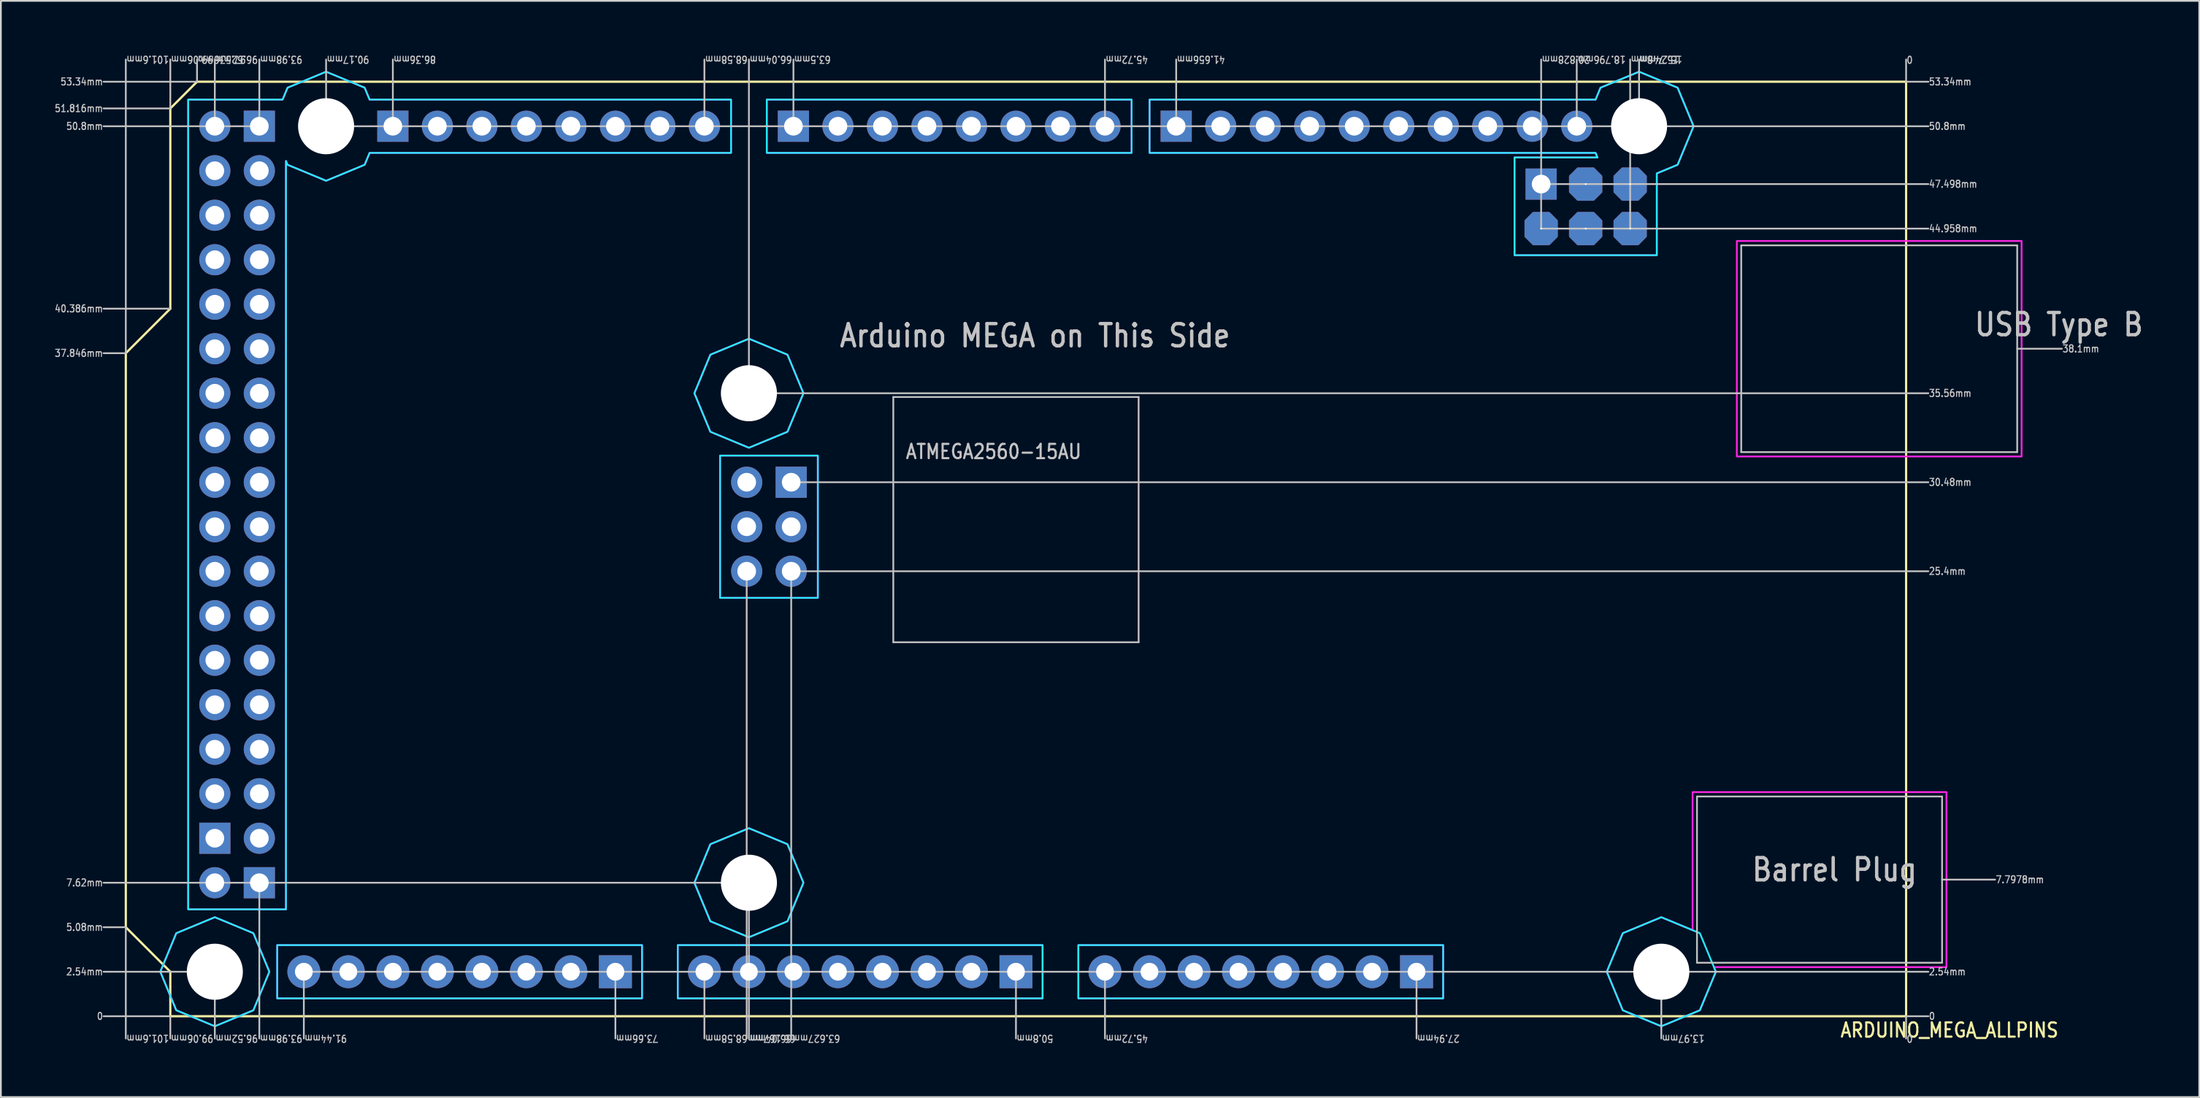
<source format=kicad_pcb>
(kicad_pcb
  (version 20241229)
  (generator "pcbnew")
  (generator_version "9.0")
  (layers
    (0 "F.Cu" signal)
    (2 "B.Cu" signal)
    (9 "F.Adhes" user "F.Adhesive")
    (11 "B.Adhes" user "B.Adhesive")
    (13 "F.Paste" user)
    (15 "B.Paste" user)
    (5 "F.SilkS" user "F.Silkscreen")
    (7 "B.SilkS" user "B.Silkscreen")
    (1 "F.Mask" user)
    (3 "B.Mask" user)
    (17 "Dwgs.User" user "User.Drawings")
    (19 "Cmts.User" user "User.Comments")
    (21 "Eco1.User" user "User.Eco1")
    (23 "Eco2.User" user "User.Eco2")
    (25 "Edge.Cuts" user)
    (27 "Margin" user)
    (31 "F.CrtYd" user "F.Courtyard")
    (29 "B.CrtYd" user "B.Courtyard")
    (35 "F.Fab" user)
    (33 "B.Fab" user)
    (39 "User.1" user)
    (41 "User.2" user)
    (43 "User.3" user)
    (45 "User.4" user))
  (footprint "ARDUINO_MEGA_ALLPINS"
    (layer "F.Cu")
    (at 105.73 54.955)
    (property "Reference" "ARDUINO_MEGA_ALLPINS" (at -3.81 1.27 0) (unlocked yes) (layer "F.SilkS") (effects (font (size 0.813 0.695) (thickness 0.122)) (justify left bottom)))
    (fp_circle (center -96.52 -2.54) (end -93.67 -2.54) (stroke (width 0) (type solid)) (fill yes) (layer "F.Mask"))
    (fp_circle (center -96.52 -2.54) (end -93.67 -2.54) (stroke (width 0) (type solid)) (fill yes) (layer "F.Mask"))
    (fp_circle (center -90.17 -50.8) (end -87.32 -50.8) (stroke (width 0) (type solid)) (fill yes) (layer "F.Mask"))
    (fp_circle (center -90.17 -50.8) (end -87.32 -50.8) (stroke (width 0) (type solid)) (fill yes) (layer "F.Mask"))
    (fp_circle (center -66.04 -35.56) (end -63.19 -35.56) (stroke (width 0) (type solid)) (fill yes) (layer "F.Mask"))
    (fp_circle (center -66.04 -35.56) (end -63.19 -35.56) (stroke (width 0) (type solid)) (fill yes) (layer "F.Mask"))
    (fp_circle (center -66.04 -7.62) (end -63.19 -7.62) (stroke (width 0) (type solid)) (fill yes) (layer "F.Mask"))
    (fp_circle (center -66.04 -7.62) (end -63.19 -7.62) (stroke (width 0) (type solid)) (fill yes) (layer "F.Mask"))
    (fp_circle (center -15.24 -50.8) (end -12.39 -50.8) (stroke (width 0) (type solid)) (fill yes) (layer "F.Mask"))
    (fp_circle (center -15.24 -50.8) (end -12.39 -50.8) (stroke (width 0) (type solid)) (fill yes) (layer "F.Mask"))
    (fp_circle (center -13.97 -2.54) (end -11.12 -2.54) (stroke (width 0) (type solid)) (fill yes) (layer "F.Mask"))
    (fp_circle (center -13.97 -2.54) (end -11.12 -2.54) (stroke (width 0) (type solid)) (fill yes) (layer "F.Mask"))
    (fp_circle (center -96.52 -2.54) (end -93.67 -2.54) (stroke (width 0) (type solid)) (fill yes) (layer "B.Mask"))
    (fp_circle (center -90.17 -50.8) (end -87.32 -50.8) (stroke (width 0) (type solid)) (fill yes) (layer "B.Mask"))
    (fp_circle (center -66.04 -35.56) (end -63.19 -35.56) (stroke (width 0) (type solid)) (fill yes) (layer "B.Mask"))
    (fp_circle (center -66.04 -7.62) (end -63.19 -7.62) (stroke (width 0) (type solid)) (fill yes) (layer "B.Mask"))
    (fp_circle (center -15.24 -50.8) (end -12.39 -50.8) (stroke (width 0) (type solid)) (fill yes) (layer "B.Mask"))
    (fp_circle (center -13.97 -2.54) (end -11.12 -2.54) (stroke (width 0) (type solid)) (fill yes) (layer "B.Mask"))
    (fp_line (start -101.6 -37.846) (end -101.6 -5.08) (stroke (width 0.127) (type solid)) (layer "F.SilkS"))
    (fp_line (start -101.6 -5.08) (end -99.06 -2.54) (stroke (width 0.127) (type solid)) (layer "F.SilkS"))
    (fp_line (start -99.06 -51.816) (end -99.06 -40.386) (stroke (width 0.127) (type solid)) (layer "F.SilkS"))
    (fp_line (start -99.06 -40.386) (end -101.6 -37.846) (stroke (width 0.127) (type solid)) (layer "F.SilkS"))
    (fp_line (start -99.06 -2.54) (end -99.06 0) (stroke (width 0.127) (type solid)) (layer "F.SilkS"))
    (fp_line (start -99.06 0) (end 0 0) (stroke (width 0.127) (type solid)) (layer "F.SilkS"))
    (fp_line (start -97.536 -53.34) (end -99.06 -51.816) (stroke (width 0.127) (type solid)) (layer "F.SilkS"))
    (fp_line (start 0 -53.34) (end -97.536 -53.34) (stroke (width 0.127) (type solid)) (layer "F.SilkS"))
    (fp_line (start 0 0) (end 0 -53.34) (stroke (width 0.127) (type solid)) (layer "F.SilkS"))
    (fp_line (start -101.6 -37.846) (end -102.87 -37.846) (stroke (width 0.1) (type solid)) (layer "Dwgs.User"))
    (fp_line (start -101.6 -37.846) (end -101.6 -54.61) (stroke (width 0.1) (type solid)) (layer "Dwgs.User"))
    (fp_line (start -101.6 -5.08) (end -102.87 -5.08) (stroke (width 0.1) (type solid)) (layer "Dwgs.User"))
    (fp_line (start -101.6 -5.08) (end -101.6 1.27) (stroke (width 0.1) (type solid)) (layer "Dwgs.User"))
    (fp_line (start -99.06 -51.816) (end -102.87 -51.816) (stroke (width 0.1) (type solid)) (layer "Dwgs.User"))
    (fp_line (start -99.06 -51.816) (end -99.06 -54.61) (stroke (width 0.1) (type solid)) (layer "Dwgs.User"))
    (fp_line (start -99.06 -40.386) (end -102.87 -40.386) (stroke (width 0.1) (type solid)) (layer "Dwgs.User"))
    (fp_line (start -99.06 0) (end -102.87 0) (stroke (width 0.1) (type solid)) (layer "Dwgs.User"))
    (fp_line (start -99.06 0) (end -99.06 1.27) (stroke (width 0.1) (type solid)) (layer "Dwgs.User"))
    (fp_line (start -97.536 -53.34) (end -102.87 -53.34) (stroke (width 0.1) (type solid)) (layer "Dwgs.User"))
    (fp_line (start -97.536 -53.34) (end -97.536 -54.61) (stroke (width 0.1) (type solid)) (layer "Dwgs.User"))
    (fp_line (start -96.52 -50.8) (end -102.87 -50.8) (stroke (width 0.1) (type solid)) (layer "Dwgs.User"))
    (fp_line (start -96.52 -50.8) (end -96.52 -54.61) (stroke (width 0.1) (type solid)) (layer "Dwgs.User"))
    (fp_line (start -96.52 -2.54) (end -102.87 -2.54) (stroke (width 0.1) (type solid)) (layer "Dwgs.User"))
    (fp_line (start -96.52 -2.54) (end -96.52 1.27) (stroke (width 0.1) (type solid)) (layer "Dwgs.User"))
    (fp_line (start -93.98 -50.8) (end -96.52 -50.8) (stroke (width 0.1) (type solid)) (layer "Dwgs.User"))
    (fp_line (start -93.98 -50.8) (end -93.98 -54.61) (stroke (width 0.1) (type solid)) (layer "Dwgs.User"))
    (fp_line (start -93.98 -7.62) (end -93.98 1.27) (stroke (width 0.1) (type solid)) (layer "Dwgs.User"))
    (fp_line (start -91.44 -2.54) (end -91.44 1.27) (stroke (width 0.1) (type solid)) (layer "Dwgs.User"))
    (fp_line (start -91.44 -2.54) (end -13.97 -2.54) (stroke (width 0.1) (type solid)) (layer "Dwgs.User"))
    (fp_line (start -90.17 -50.8) (end -90.17 -54.61) (stroke (width 0.1) (type solid)) (layer "Dwgs.User"))
    (fp_line (start -90.17 -50.8) (end -86.36 -50.8) (stroke (width 0.1) (type solid)) (layer "Dwgs.User"))
    (fp_line (start -86.36 -50.8) (end -86.36 -54.61) (stroke (width 0.1) (type solid)) (layer "Dwgs.User"))
    (fp_line (start -86.36 -50.8) (end -68.58 -50.8) (stroke (width 0.1) (type solid)) (layer "Dwgs.User"))
    (fp_line (start -73.66 -2.54) (end -73.66 1.27) (stroke (width 0.1) (type solid)) (layer "Dwgs.User"))
    (fp_line (start -68.58 -50.8) (end -68.58 -54.61) (stroke (width 0.1) (type solid)) (layer "Dwgs.User"))
    (fp_line (start -68.58 -50.8) (end -63.5 -50.8) (stroke (width 0.1) (type solid)) (layer "Dwgs.User"))
    (fp_line (start -68.58 -2.54) (end -68.58 1.27) (stroke (width 0.1) (type solid)) (layer "Dwgs.User"))
    (fp_line (start -66.167 -25.4) (end -66.167 1.27) (stroke (width 0.1) (type solid)) (layer "Dwgs.User"))
    (fp_line (start -66.04 -35.56) (end -66.04 -54.61) (stroke (width 0.1) (type solid)) (layer "Dwgs.User"))
    (fp_line (start -66.04 -35.56) (end 1.27 -35.56) (stroke (width 0.1) (type solid)) (layer "Dwgs.User"))
    (fp_line (start -66.04 -7.62) (end -102.87 -7.62) (stroke (width 0.1) (type solid)) (layer "Dwgs.User"))
    (fp_line (start -66.04 -7.62) (end -66.04 1.27) (stroke (width 0.1) (type solid)) (layer "Dwgs.User"))
    (fp_line (start -63.627 -25.4) (end -63.627 1.27) (stroke (width 0.1) (type solid)) (layer "Dwgs.User"))
    (fp_line (start -63.627 -25.4) (end 1.27 -25.4) (stroke (width 0.1) (type solid)) (layer "Dwgs.User"))
    (fp_line (start -63.5 -50.8) (end -63.5 -54.61) (stroke (width 0.1) (type solid)) (layer "Dwgs.User"))
    (fp_line (start -63.5 -50.8) (end -45.72 -50.8) (stroke (width 0.1) (type solid)) (layer "Dwgs.User"))
    (fp_line (start -63.5 -30.48) (end 1.27 -30.48) (stroke (width 0.1) (type solid)) (layer "Dwgs.User"))
    (fp_line (start -57.8 -35.346) (end -57.8 -21.346) (stroke (width 0.1) (type solid)) (layer "Dwgs.User"))
    (fp_line (start -57.8 -21.346) (end -43.8 -21.346) (stroke (width 0.1) (type solid)) (layer "Dwgs.User"))
    (fp_line (start -50.8 -2.54) (end -50.8 1.27) (stroke (width 0.1) (type solid)) (layer "Dwgs.User"))
    (fp_line (start -45.72 -50.8) (end -45.72 -54.61) (stroke (width 0.1) (type solid)) (layer "Dwgs.User"))
    (fp_line (start -45.72 -50.8) (end -41.656 -50.8) (stroke (width 0.1) (type solid)) (layer "Dwgs.User"))
    (fp_line (start -45.72 -2.54) (end -45.72 1.27) (stroke (width 0.1) (type solid)) (layer "Dwgs.User"))
    (fp_line (start -43.8 -35.346) (end -57.8 -35.346) (stroke (width 0.1) (type solid)) (layer "Dwgs.User"))
    (fp_line (start -43.8 -21.346) (end -43.8 -35.346) (stroke (width 0.1) (type solid)) (layer "Dwgs.User"))
    (fp_line (start -41.656 -50.8) (end -41.656 -54.61) (stroke (width 0.1) (type solid)) (layer "Dwgs.User"))
    (fp_line (start -41.656 -50.8) (end -18.796 -50.8) (stroke (width 0.1) (type solid)) (layer "Dwgs.User"))
    (fp_line (start -27.94 -2.54) (end -27.94 1.27) (stroke (width 0.1) (type solid)) (layer "Dwgs.User"))
    (fp_line (start -20.828 -47.498) (end -20.828 -54.61) (stroke (width 0.1) (type solid)) (layer "Dwgs.User"))
    (fp_line (start -20.828 -47.498) (end 1.27 -47.498) (stroke (width 0.1) (type solid)) (layer "Dwgs.User"))
    (fp_line (start -20.828 -44.958) (end -20.828 -47.498) (stroke (width 0.1) (type solid)) (layer "Dwgs.User"))
    (fp_line (start -20.828 -44.958) (end 1.27 -44.958) (stroke (width 0.1) (type solid)) (layer "Dwgs.User"))
    (fp_line (start -18.796 -50.8) (end -18.796 -54.61) (stroke (width 0.1) (type solid)) (layer "Dwgs.User"))
    (fp_line (start -18.796 -50.8) (end -15.24 -50.8) (stroke (width 0.1) (type solid)) (layer "Dwgs.User"))
    (fp_line (start -15.748 -44.958) (end -15.748 -54.61) (stroke (width 0.1) (type solid)) (layer "Dwgs.User"))
    (fp_line (start -15.24 -50.8) (end -15.24 -54.61) (stroke (width 0.1) (type solid)) (layer "Dwgs.User"))
    (fp_line (start -15.24 -50.8) (end 1.27 -50.8) (stroke (width 0.1) (type solid)) (layer "Dwgs.User"))
    (fp_line (start -13.97 -2.54) (end -13.97 1.27) (stroke (width 0.1) (type solid)) (layer "Dwgs.User"))
    (fp_line (start -13.97 -2.54) (end 1.27 -2.54) (stroke (width 0.1) (type solid)) (layer "Dwgs.User"))
    (fp_line (start -11.934 -12.544) (end -11.934 -3.052) (stroke (width 0.1) (type solid)) (layer "Dwgs.User"))
    (fp_line (start -11.934 -3.052) (end 2.053 -3.052) (stroke (width 0.1) (type solid)) (layer "Dwgs.User"))
    (fp_line (start -9.41 -44) (end 6.34 -44) (stroke (width 0.1) (type solid)) (layer "Dwgs.User"))
    (fp_line (start -9.41 -32.2) (end -9.41 -44) (stroke (width 0.1) (type solid)) (layer "Dwgs.User"))
    (fp_line (start 0 -53.34) (end 0 -54.61) (stroke (width 0.1) (type solid)) (layer "Dwgs.User"))
    (fp_line (start 0 -53.34) (end 1.27 -53.34) (stroke (width 0.1) (type solid)) (layer "Dwgs.User"))
    (fp_line (start 0 0) (end 0 1.27) (stroke (width 0.1) (type solid)) (layer "Dwgs.User"))
    (fp_line (start 0 0) (end 1.27 0) (stroke (width 0.1) (type solid)) (layer "Dwgs.User"))
    (fp_line (start 2.053 -12.544) (end -11.934 -12.544) (stroke (width 0.1) (type solid)) (layer "Dwgs.User"))
    (fp_line (start 2.053 -3.052) (end 2.053 -12.544) (stroke (width 0.1) (type solid)) (layer "Dwgs.User"))
    (fp_line (start 5.08 -7.798) (end 2.053 -7.798) (stroke (width 0.1) (type solid)) (layer "Dwgs.User"))
    (fp_line (start 6.34 -44) (end 6.34 -32.2) (stroke (width 0.1) (type solid)) (layer "Dwgs.User"))
    (fp_line (start 6.34 -32.2) (end -9.41 -32.2) (stroke (width 0.1) (type solid)) (layer "Dwgs.User"))
    (fp_line (start 8.89 -38.1) (end 6.34 -38.1) (stroke (width 0.1) (type solid)) (layer "Dwgs.User"))
    (fp_poly (pts (xy -72.14 -4.06) (xy -92.96 -4.06) (xy -92.96 -1.02) (xy -72.14 -1.02)) (stroke (width 0.1) (type solid)) (fill no) (layer "B.CrtYd"))
    (fp_poly (pts (xy -62.107 -32) (xy -67.687 -32) (xy -67.687 -23.88) (xy -62.107 -23.88)) (stroke (width 0.1) (type solid)) (fill no) (layer "B.CrtYd"))
    (fp_poly (pts (xy -49.28 -4.06) (xy -70.1 -4.06) (xy -70.1 -1.02) (xy -49.28 -1.02)) (stroke (width 0.1) (type solid)) (fill no) (layer "B.CrtYd"))
    (fp_poly (pts (xy -44.2 -52.32) (xy -65.02 -52.32) (xy -65.02 -49.28) (xy -44.2 -49.28)) (stroke (width 0.1) (type solid)) (fill no) (layer "B.CrtYd"))
    (fp_poly (pts (xy -26.42 -4.06) (xy -47.24 -4.06) (xy -47.24 -1.02) (xy -26.42 -1.02)) (stroke (width 0.1) (type solid)) (fill no) (layer "B.CrtYd"))
    (fp_poly (pts (xy -99.632 -2.54) (xy -98.72 -4.74) (xy -96.52 -5.652) (xy -94.32 -4.74) (xy -93.408 -2.54) (xy -94.32 -0.34) (xy -96.52 0.572) (xy -98.72 -0.34)) (stroke (width 0.1) (type solid)) (fill no) (layer "B.CrtYd"))
    (fp_poly (pts (xy -69.152 -35.56) (xy -68.24 -37.76) (xy -66.04 -38.672) (xy -63.84 -37.76) (xy -62.928 -35.56) (xy -63.84 -33.36) (xy -66.04 -32.448) (xy -68.24 -33.36)) (stroke (width 0.1) (type solid)) (fill no) (layer "B.CrtYd"))
    (fp_poly (pts (xy -69.152 -7.62) (xy -68.24 -9.82) (xy -66.04 -10.732) (xy -63.84 -9.82) (xy -62.928 -7.62) (xy -63.84 -5.42) (xy -66.04 -4.508) (xy -68.24 -5.42)) (stroke (width 0.1) (type solid)) (fill no) (layer "B.CrtYd"))
    (fp_poly (pts (xy -17.082 -2.54) (xy -16.17 -4.74) (xy -13.97 -5.652) (xy -11.77 -4.74) (xy -10.858 -2.54) (xy -11.77 -0.34) (xy -13.97 0.572) (xy -16.17 -0.34)) (stroke (width 0.1) (type solid)) (fill no) (layer "B.CrtYd"))
    (fp_poly (pts (xy -17.722 -52.32) (xy -17.44 -53) (xy -15.24 -53.912) (xy -13.04 -53) (xy -12.128 -50.8) (xy -13.04 -48.6) (xy -14.228 -48.107) (xy -14.228 -43.438) (xy -22.348 -43.437) (xy -22.348 -49.018) (xy -17.614 -49.018) (xy -17.722 -49.28) (xy -43.176 -49.28) (xy -43.176 -52.32)) (stroke (width 0.1) (type solid)) (fill no) (layer "B.CrtYd"))
    (fp_poly (pts (xy -92.652 -52.32) (xy -92.37 -53) (xy -90.17 -53.912) (xy -87.97 -53) (xy -87.688 -52.32) (xy -67.06 -52.32) (xy -67.06 -49.28) (xy -87.688 -49.28) (xy -87.97 -48.6) (xy -90.17 -47.688) (xy -92.37 -48.6) (xy -92.46 -48.816) (xy -92.46 -6.1) (xy -98.04 -6.1) (xy -98.04 -52.32)) (stroke (width 0.1) (type solid)) (fill no) (layer "B.CrtYd"))
    (fp_poly (pts (xy -72.14 -4.06) (xy -92.96 -4.06) (xy -92.96 -1.02) (xy -72.14 -1.02)) (stroke (width 0.1) (type solid)) (fill no) (layer "F.CrtYd"))
    (fp_poly (pts (xy -62.107 -32) (xy -67.687 -32) (xy -67.687 -23.88) (xy -62.107 -23.88)) (stroke (width 0.1) (type solid)) (fill no) (layer "F.CrtYd"))
    (fp_poly (pts (xy -49.28 -4.06) (xy -70.1 -4.06) (xy -70.1 -1.02) (xy -49.28 -1.02)) (stroke (width 0.1) (type solid)) (fill no) (layer "F.CrtYd"))
    (fp_poly (pts (xy -44.2 -52.32) (xy -65.02 -52.32) (xy -65.02 -49.28) (xy -44.2 -49.28)) (stroke (width 0.1) (type solid)) (fill no) (layer "F.CrtYd"))
    (fp_poly (pts (xy -26.42 -4.06) (xy -47.24 -4.06) (xy -47.24 -1.02) (xy -26.42 -1.02)) (stroke (width 0.1) (type solid)) (fill no) (layer "F.CrtYd"))
    (fp_poly (pts (xy 6.59 -44.25) (xy 6.59 -31.95) (xy -9.66 -31.95) (xy -9.66 -44.25)) (stroke (width 0.1) (type solid)) (fill no) (layer "F.CrtYd"))
    (fp_poly (pts (xy -99.632 -2.54) (xy -98.72 -4.74) (xy -96.52 -5.652) (xy -94.32 -4.74) (xy -93.408 -2.54) (xy -94.32 -0.34) (xy -96.52 0.572) (xy -98.72 -0.34)) (stroke (width 0.1) (type solid)) (fill no) (layer "F.CrtYd"))
    (fp_poly (pts (xy -69.152 -35.56) (xy -68.24 -37.76) (xy -66.04 -38.672) (xy -63.84 -37.76) (xy -62.928 -35.56) (xy -63.84 -33.36) (xy -66.04 -32.448) (xy -68.24 -33.36)) (stroke (width 0.1) (type solid)) (fill no) (layer "F.CrtYd"))
    (fp_poly (pts (xy -69.152 -7.62) (xy -68.24 -9.82) (xy -66.04 -10.732) (xy -63.84 -9.82) (xy -62.928 -7.62) (xy -63.84 -5.42) (xy -66.04 -4.508) (xy -68.24 -5.42)) (stroke (width 0.1) (type solid)) (fill no) (layer "F.CrtYd"))
    (fp_poly (pts (xy -17.082 -2.54) (xy -16.17 -4.74) (xy -13.97 -5.652) (xy -12.184 -4.912) (xy -12.184 -12.794) (xy 2.303 -12.794) (xy 2.303 -2.802) (xy -10.967 -2.802) (xy -10.858 -2.54) (xy -11.77 -0.34) (xy -13.97 0.572) (xy -16.17 -0.34)) (stroke (width 0.1) (type solid)) (fill no) (layer "F.CrtYd"))
    (fp_poly (pts (xy -17.722 -52.32) (xy -17.44 -53) (xy -15.24 -53.912) (xy -13.04 -53) (xy -12.128 -50.8) (xy -13.04 -48.6) (xy -14.228 -48.107) (xy -14.228 -43.438) (xy -22.348 -43.438) (xy -22.348 -49.018) (xy -17.614 -49.018) (xy -17.722 -49.28) (xy -43.176 -49.28) (xy -43.176 -52.32)) (stroke (width 0.1) (type solid)) (fill no) (layer "F.CrtYd"))
    (fp_poly (pts (xy -92.652 -52.32) (xy -92.37 -53) (xy -90.17 -53.912) (xy -87.97 -53) (xy -87.688 -52.32) (xy -67.06 -52.32) (xy -67.06 -49.28) (xy -87.688 -49.28) (xy -87.97 -48.6) (xy -90.17 -47.688) (xy -92.37 -48.6) (xy -92.46 -48.816) (xy -92.46 -6.1) (xy -98.04 -6.1) (xy -98.04 -52.32)) (stroke (width 0.1) (type solid)) (fill no) (layer "F.CrtYd"))
    (fp_text user "7.7978mm" (at 5.08 -7.798 0) (unlocked yes) (layer "Dwgs.User") (effects (font (size 0.406 0.347) (thickness 0.061)) (justify left)))
    (fp_text user "38.1mm" (at 8.89 -38.1 0) (unlocked yes) (layer "Dwgs.User") (effects (font (size 0.406 0.347) (thickness 0.061)) (justify left)))
    (fp_text user "73.66mm" (at -73.66 1.27 180) (unlocked yes) (layer "Dwgs.User") (effects (font (size 0.406 0.347) (thickness 0.061)) (justify right)))
    (fp_text user "96.52mm" (at -96.52 -54.61 180) (unlocked yes) (layer "Dwgs.User") (effects (font (size 0.406 0.347) (thickness 0.061)) (justify right)))
    (fp_text user "47.498mm" (at 1.27 -47.498 0) (unlocked yes) (layer "Dwgs.User") (effects (font (size 0.406 0.347) (thickness 0.061)) (justify left)))
    (fp_text user "66.04mm" (at -66.04 -54.61 180) (unlocked yes) (layer "Dwgs.User") (effects (font (size 0.406 0.347) (thickness 0.061)) (justify right)))
    (fp_text user "66.167mm" (at -66.167 1.27 180) (unlocked yes) (layer "Dwgs.User") (effects (font (size 0.406 0.347) (thickness 0.061)) (justify right)))
    (fp_text user "15.24mm" (at -15.24 -54.61 180) (unlocked yes) (layer "Dwgs.User") (effects (font (size 0.406 0.347) (thickness 0.061)) (justify right)))
    (fp_text user "99.06mm" (at -99.06 -54.61 180) (unlocked yes) (layer "Dwgs.User") (effects (font (size 0.406 0.347) (thickness 0.061)) (justify right)))
    (fp_text user "7.62mm" (at -102.87 -7.62 0) (unlocked yes) (layer "Dwgs.User") (effects (font (size 0.406 0.347) (thickness 0.061)) (justify right)))
    (fp_text user "53.34mm" (at 1.27 -53.34 0) (unlocked yes) (layer "Dwgs.User") (effects (font (size 0.406 0.347) (thickness 0.061)) (justify left)))
    (fp_text user "51.816mm" (at -102.87 -51.816 0) (unlocked yes) (layer "Dwgs.User") (effects (font (size 0.406 0.347) (thickness 0.061)) (justify right)))
    (fp_text user "99.06mm" (at -99.06 1.27 180) (unlocked yes) (layer "Dwgs.User") (effects (font (size 0.406 0.347) (thickness 0.061)) (justify right)))
    (fp_text user "97.536mm" (at -97.536 -54.61 180) (unlocked yes) (layer "Dwgs.User") (effects (font (size 0.406 0.347) (thickness 0.061)) (justify right)))
    (fp_text user "0" (at 0 1.27 180) (unlocked yes) (layer "Dwgs.User") (effects (font (size 0.406 0.347) (thickness 0.061)) (justify right)))
    (fp_text user "96.52mm" (at -96.52 1.27 180) (unlocked yes) (layer "Dwgs.User") (effects (font (size 0.406 0.347) (thickness 0.061)) (justify right)))
    (fp_text user "0" (at 1.27 0 0) (unlocked yes) (layer "Dwgs.User") (effects (font (size 0.406 0.347) (thickness 0.061)) (justify left)))
    (fp_text user "68.58mm" (at -68.58 1.27 180) (unlocked yes) (layer "Dwgs.User") (effects (font (size 0.406 0.347) (thickness 0.061)) (justify right)))
    (fp_text user "101.6mm" (at -101.6 1.27 180) (unlocked yes) (layer "Dwgs.User") (effects (font (size 0.406 0.347) (thickness 0.061)) (justify right)))
    (fp_text user "Arduino MEGA on This Side" (at -60.96 -38.1 0) (unlocked yes) (layer "Dwgs.User") (effects (font (size 1.27 1.086) (thickness 0.191)) (justify left bottom)))
    (fp_text user "53.34mm" (at -102.87 -53.34 0) (unlocked yes) (layer "Dwgs.User") (effects (font (size 0.406 0.347) (thickness 0.061)) (justify right)))
    (fp_text user "Barrel Plug" (at -8.89 -7.62 0) (unlocked yes) (layer "Dwgs.User") (effects (font (size 1.27 1.086) (thickness 0.191)) (justify left bottom)))
    (fp_text user "66.04mm" (at -66.04 1.27 180) (unlocked yes) (layer "Dwgs.User") (effects (font (size 0.406 0.347) (thickness 0.061)) (justify right)))
    (fp_text user "91.44mm" (at -91.44 1.27 180) (unlocked yes) (layer "Dwgs.User") (effects (font (size 0.406 0.347) (thickness 0.061)) (justify right)))
    (fp_text user "63.5mm" (at -63.5 -54.61 180) (unlocked yes) (layer "Dwgs.User") (effects (font (size 0.406 0.347) (thickness 0.061)) (justify right)))
    (fp_text user "USB Type B" (at 3.81 -38.735 0) (unlocked yes) (layer "Dwgs.User") (effects (font (size 1.27 1.086) (thickness 0.191)) (justify left bottom)))
    (fp_text user "50.8mm" (at -102.87 -50.8 0) (unlocked yes) (layer "Dwgs.User") (effects (font (size 0.406 0.347) (thickness 0.061)) (justify right)))
    (fp_text user "27.94mm" (at -27.94 1.27 180) (unlocked yes) (layer "Dwgs.User") (effects (font (size 0.406 0.347) (thickness 0.061)) (justify right)))
    (fp_text user "18.796mm" (at -18.796 -54.61 180) (unlocked yes) (layer "Dwgs.User") (effects (font (size 0.406 0.347) (thickness 0.061)) (justify right)))
    (fp_text user "93.98mm" (at -93.98 -54.61 180) (unlocked yes) (layer "Dwgs.User") (effects (font (size 0.406 0.347) (thickness 0.061)) (justify right)))
    (fp_text user "40.386mm" (at -102.87 -40.386 0) (unlocked yes) (layer "Dwgs.User") (effects (font (size 0.406 0.347) (thickness 0.061)) (justify right)))
    (fp_text user "101.6mm" (at -101.6 -54.61 180) (unlocked yes) (layer "Dwgs.User") (effects (font (size 0.406 0.347) (thickness 0.061)) (justify right)))
    (fp_text user "0" (at -102.87 0 0) (unlocked yes) (layer "Dwgs.User") (effects (font (size 0.406 0.347) (thickness 0.061)) (justify right)))
    (fp_text user "90.17mm" (at -90.17 -54.61 180) (unlocked yes) (layer "Dwgs.User") (effects (font (size 0.406 0.347) (thickness 0.061)) (justify right)))
    (fp_text user "45.72mm" (at -45.72 1.27 180) (unlocked yes) (layer "Dwgs.User") (effects (font (size 0.406 0.347) (thickness 0.061)) (justify right)))
    (fp_text user "63.627mm" (at -63.627 1.27 180) (unlocked yes) (layer "Dwgs.User") (effects (font (size 0.406 0.347) (thickness 0.061)) (justify right)))
    (fp_text user "15.748mm" (at -15.748 -54.61 180) (unlocked yes) (layer "Dwgs.User") (effects (font (size 0.406 0.347) (thickness 0.061)) (justify right)))
    (fp_text user "ATMEGA2560-15AU" (at -57.15 -31.75 0) (unlocked yes) (layer "Dwgs.User") (effects (font (size 0.813 0.695) (thickness 0.122)) (justify left bottom)))
    (fp_text user "20.828mm" (at -20.828 -54.61 180) (unlocked yes) (layer "Dwgs.User") (effects (font (size 0.406 0.347) (thickness 0.061)) (justify right)))
    (fp_text user "44.958mm" (at 1.27 -44.958 0) (unlocked yes) (layer "Dwgs.User") (effects (font (size 0.406 0.347) (thickness 0.061)) (justify left)))
    (fp_text user "13.97mm" (at -13.97 1.27 180) (unlocked yes) (layer "Dwgs.User") (effects (font (size 0.406 0.347) (thickness 0.061)) (justify right)))
    (fp_text user "30.48mm" (at 1.27 -30.48 0) (unlocked yes) (layer "Dwgs.User") (effects (font (size 0.406 0.347) (thickness 0.061)) (justify left)))
    (fp_text user "86.36mm" (at -86.36 -54.61 180) (unlocked yes) (layer "Dwgs.User") (effects (font (size 0.406 0.347) (thickness 0.061)) (justify right)))
    (fp_text user "25.4mm" (at 1.27 -25.4 0) (unlocked yes) (layer "Dwgs.User") (effects (font (size 0.406 0.347) (thickness 0.061)) (justify left)))
    (fp_text user "45.72mm" (at -45.72 -54.61 180) (unlocked yes) (layer "Dwgs.User") (effects (font (size 0.406 0.347) (thickness 0.061)) (justify right)))
    (fp_text user "35.56mm" (at 1.27 -35.56 0) (unlocked yes) (layer "Dwgs.User") (effects (font (size 0.406 0.347) (thickness 0.061)) (justify left)))
    (fp_text user "50.8mm" (at -50.8 1.27 180) (unlocked yes) (layer "Dwgs.User") (effects (font (size 0.406 0.347) (thickness 0.061)) (justify right)))
    (fp_text user "2.54mm" (at -102.87 -2.54 0) (unlocked yes) (layer "Dwgs.User") (effects (font (size 0.406 0.347) (thickness 0.061)) (justify right)))
    (fp_text user "37.846mm" (at -102.87 -37.846 0) (unlocked yes) (layer "Dwgs.User") (effects (font (size 0.406 0.347) (thickness 0.061)) (justify right)))
    (fp_text user "2.54mm" (at 1.27 -2.54 0) (unlocked yes) (layer "Dwgs.User") (effects (font (size 0.406 0.347) (thickness 0.061)) (justify left)))
    (fp_text user "5.08mm" (at -102.87 -5.08 0) (unlocked yes) (layer "Dwgs.User") (effects (font (size 0.406 0.347) (thickness 0.061)) (justify right)))
    (fp_text user "93.98mm" (at -93.98 1.27 180) (unlocked yes) (layer "Dwgs.User") (effects (font (size 0.406 0.347) (thickness 0.061)) (justify right)))
    (fp_text user "50.8mm" (at 1.27 -50.8 0) (unlocked yes) (layer "Dwgs.User") (effects (font (size 0.406 0.347) (thickness 0.061)) (justify left)))
    (fp_text user "41.656mm" (at -41.656 -54.61 180) (unlocked yes) (layer "Dwgs.User") (effects (font (size 0.406 0.347) (thickness 0.061)) (justify right)))
    (fp_text user "68.58mm" (at -68.58 -54.61 180) (unlocked yes) (layer "Dwgs.User") (effects (font (size 0.406 0.347) (thickness 0.061)) (justify right)))
    (fp_text user "0" (at 0 -54.61 180) (unlocked yes) (layer "Dwgs.User") (effects (font (size 0.406 0.347) (thickness 0.061)) (justify right)))
    (pad "" np_thru_hole circle (at -96.52 -2.54) (size 3.2 3.2) (drill 3.2) (layers "*.Cu" "*.Mask"))
    (pad "" np_thru_hole circle (at -90.17 -50.8) (size 3.2 3.2) (drill 3.2) (layers "*.Cu" "*.Mask"))
    (pad "" np_thru_hole circle (at -66.04 -35.56) (size 3.2 3.2) (drill 3.2) (layers "*.Cu" "*.Mask"))
    (pad "" np_thru_hole circle (at -66.04 -7.62) (size 3.2 3.2) (drill 3.2) (layers "*.Cu" "*.Mask"))
    (pad "" np_thru_hole circle (at -15.24 -50.8) (size 3.2 3.2) (drill 3.2) (layers "*.Cu" "*.Mask"))
    (pad "" np_thru_hole circle (at -13.97 -2.54) (size 3.2 3.2) (drill 3.2) (layers "*.Cu" "*.Mask"))
    (pad "0" thru_hole rect (at -63.5 -50.8 270) (size 1.778 1.778) (drill 1.067) (layers "*.Cu" "*.Mask"))
    (pad "1" thru_hole oval (at -60.96 -50.8 270) (size 1.778 1.778) (drill 1.067) (layers "*.Cu" "*.Mask"))
    (pad "2" thru_hole oval (at -58.42 -50.8 270) (size 1.778 1.778) (drill 1.067) (layers "*.Cu" "*.Mask"))
    (pad "3" thru_hole oval (at -55.88 -50.8 270) (size 1.778 1.778) (drill 1.067) (layers "*.Cu" "*.Mask"))
    (pad "3V3" thru_hole oval (at -35.56 -2.54 90) (size 1.88 1.88) (drill 1.016) (layers "*.Cu" "*.Mask"))
    (pad "4" thru_hole oval (at -53.34 -50.8 270) (size 1.778 1.778) (drill 1.067) (layers "*.Cu" "*.Mask"))
    (pad "5" thru_hole oval (at -50.8 -50.8 270) (size 1.778 1.778) (drill 1.067) (layers "*.Cu" "*.Mask"))
    (pad "5V0" thru_hole oval (at -38.1 -2.54 90) (size 1.88 1.88) (drill 1.016) (layers "*.Cu" "*.Mask"))
    (pad "5V0_1" thru_hole rect (at -93.98 -50.8 90) (size 1.778 1.778) (drill 1.067) (layers "*.Cu" "*.Mask"))
    (pad "5V0_2" thru_hole oval (at -96.52 -50.8 90) (size 1.778 1.778) (drill 1.067) (layers "*.Cu" "*.Mask"))
    (pad "5V_2" thru_hole oval (at -66.167 -30.48 180) (size 1.778 1.778) (drill 1.067) (layers "*.Cu" "*.Mask"))
    (pad "5V_ICSP" thru_hole custom (at -20.828 -44.958 90) (size 0.1 0.1) (drill 1.067) (layers "*.Cu" "*.Mask") (options (anchor rect)) (primitives (gr_poly (pts (xy 0.889 0.445) (xy 0.445 0.889) (xy -0.445 0.889) (xy -0.889 0.445) (xy -0.889 -0.445) (xy -0.445 -0.889) (xy 0.445 -0.889) (xy 0.889 -0.445)) (width 0.12) (fill yes))))
    (pad "6" thru_hole oval (at -48.26 -50.8 270) (size 1.778 1.778) (drill 1.067) (layers "*.Cu" "*.Mask"))
    (pad "7" thru_hole oval (at -45.72 -50.8 270) (size 1.778 1.778) (drill 1.067) (layers "*.Cu" "*.Mask"))
    (pad "8" thru_hole rect (at -41.656 -50.8 270) (size 1.778 1.778) (drill 1.067) (layers "*.Cu" "*.Mask"))
    (pad "9" thru_hole oval (at -39.116 -50.8 270) (size 1.778 1.778) (drill 1.067) (layers "*.Cu" "*.Mask"))
    (pad "10" thru_hole oval (at -36.576 -50.8 270) (size 1.778 1.778) (drill 1.067) (layers "*.Cu" "*.Mask"))
    (pad "11" thru_hole oval (at -34.036 -50.8 270) (size 1.778 1.778) (drill 1.067) (layers "*.Cu" "*.Mask"))
    (pad "12" thru_hole oval (at -31.496 -50.8 270) (size 1.778 1.778) (drill 1.067) (layers "*.Cu" "*.Mask"))
    (pad "13" thru_hole oval (at -28.956 -50.8 270) (size 1.778 1.778) (drill 1.067) (layers "*.Cu" "*.Mask"))
    (pad "14" thru_hole oval (at -68.58 -50.8 270) (size 1.778 1.778) (drill 1.067) (layers "*.Cu" "*.Mask"))
    (pad "15" thru_hole oval (at -71.12 -50.8 270) (size 1.778 1.778) (drill 1.067) (layers "*.Cu" "*.Mask"))
    (pad "16" thru_hole oval (at -73.66 -50.8 270) (size 1.778 1.778) (drill 1.067) (layers "*.Cu" "*.Mask"))
    (pad "17" thru_hole oval (at -76.2 -50.8 270) (size 1.778 1.778) (drill 1.067) (layers "*.Cu" "*.Mask"))
    (pad "18" thru_hole oval (at -78.74 -50.8 270) (size 1.778 1.778) (drill 1.067) (layers "*.Cu" "*.Mask"))
    (pad "19" thru_hole oval (at -81.28 -50.8 270) (size 1.778 1.778) (drill 1.067) (layers "*.Cu" "*.Mask"))
    (pad "20" thru_hole oval (at -83.82 -50.8 270) (size 1.778 1.778) (drill 1.067) (layers "*.Cu" "*.Mask"))
    (pad "21" thru_hole rect (at -86.36 -50.8 270) (size 1.778 1.778) (drill 1.067) (layers "*.Cu" "*.Mask"))
    (pad "22" thru_hole oval (at -93.98 -48.26) (size 1.778 1.778) (drill 1.067) (layers "*.Cu" "*.Mask"))
    (pad "23" thru_hole oval (at -96.52 -48.26) (size 1.778 1.778) (drill 1.067) (layers "*.Cu" "*.Mask"))
    (pad "24" thru_hole oval (at -93.98 -45.72) (size 1.778 1.778) (drill 1.067) (layers "*.Cu" "*.Mask"))
    (pad "25" thru_hole oval (at -96.52 -45.72) (size 1.778 1.778) (drill 1.067) (layers "*.Cu" "*.Mask"))
    (pad "26" thru_hole oval (at -93.98 -43.18) (size 1.778 1.778) (drill 1.067) (layers "*.Cu" "*.Mask"))
    (pad "27" thru_hole oval (at -96.52 -43.18) (size 1.778 1.778) (drill 1.067) (layers "*.Cu" "*.Mask"))
    (pad "28" thru_hole oval (at -93.98 -40.64) (size 1.778 1.778) (drill 1.067) (layers "*.Cu" "*.Mask"))
    (pad "29" thru_hole oval (at -96.52 -40.64) (size 1.778 1.778) (drill 1.067) (layers "*.Cu" "*.Mask"))
    (pad "30" thru_hole oval (at -93.98 -38.1) (size 1.778 1.778) (drill 1.067) (layers "*.Cu" "*.Mask"))
    (pad "31" thru_hole oval (at -96.52 -38.1) (size 1.778 1.778) (drill 1.067) (layers "*.Cu" "*.Mask"))
    (pad "32" thru_hole oval (at -93.98 -35.56) (size 1.778 1.778) (drill 1.067) (layers "*.Cu" "*.Mask"))
    (pad "33" thru_hole oval (at -96.52 -35.56) (size 1.778 1.778) (drill 1.067) (layers "*.Cu" "*.Mask"))
    (pad "34" thru_hole oval (at -93.98 -33.02) (size 1.778 1.778) (drill 1.067) (layers "*.Cu" "*.Mask"))
    (pad "35" thru_hole oval (at -96.52 -33.02) (size 1.778 1.778) (drill 1.067) (layers "*.Cu" "*.Mask"))
    (pad "36" thru_hole oval (at -93.98 -30.48) (size 1.778 1.778) (drill 1.067) (layers "*.Cu" "*.Mask"))
    (pad "37" thru_hole oval (at -96.52 -30.48) (size 1.778 1.778) (drill 1.067) (layers "*.Cu" "*.Mask"))
    (pad "38" thru_hole oval (at -93.98 -27.94) (size 1.778 1.778) (drill 1.067) (layers "*.Cu" "*.Mask"))
    (pad "39" thru_hole oval (at -96.52 -27.94) (size 1.778 1.778) (drill 1.067) (layers "*.Cu" "*.Mask"))
    (pad "40" thru_hole oval (at -93.98 -25.4) (size 1.778 1.778) (drill 1.067) (layers "*.Cu" "*.Mask"))
    (pad "41" thru_hole oval (at -96.52 -25.4) (size 1.778 1.778) (drill 1.067) (layers "*.Cu" "*.Mask"))
    (pad "42" thru_hole oval (at -93.98 -22.86) (size 1.778 1.778) (drill 1.067) (layers "*.Cu" "*.Mask"))
    (pad "43" thru_hole oval (at -96.52 -22.86) (size 1.778 1.778) (drill 1.067) (layers "*.Cu" "*.Mask"))
    (pad "44" thru_hole oval (at -93.98 -20.32) (size 1.778 1.778) (drill 1.067) (layers "*.Cu" "*.Mask"))
    (pad "45" thru_hole oval (at -96.52 -20.32) (size 1.778 1.778) (drill 1.067) (layers "*.Cu" "*.Mask"))
    (pad "46" thru_hole oval (at -93.98 -17.78) (size 1.778 1.778) (drill 1.067) (layers "*.Cu" "*.Mask"))
    (pad "47" thru_hole oval (at -96.52 -17.78) (size 1.778 1.778) (drill 1.067) (layers "*.Cu" "*.Mask"))
    (pad "48" thru_hole oval (at -93.98 -15.24) (size 1.778 1.778) (drill 1.067) (layers "*.Cu" "*.Mask"))
    (pad "49" thru_hole oval (at -96.52 -15.24) (size 1.778 1.778) (drill 1.067) (layers "*.Cu" "*.Mask"))
    (pad "50" thru_hole oval (at -93.98 -12.7) (size 1.778 1.778) (drill 1.067) (layers "*.Cu" "*.Mask"))
    (pad "51" thru_hole oval (at -96.52 -12.7) (size 1.778 1.778) (drill 1.067) (layers "*.Cu" "*.Mask"))
    (pad "52" thru_hole oval (at -93.98 -10.16) (size 1.778 1.778) (drill 1.067) (layers "*.Cu" "*.Mask"))
    (pad "53" thru_hole rect (at -96.52 -10.16) (size 1.778 1.778) (drill 1.067) (layers "*.Cu" "*.Mask"))
    (pad "A0" thru_hole rect (at -50.8 -2.54 90) (size 1.88 1.88) (drill 1.016) (layers "*.Cu" "*.Mask"))
    (pad "A1" thru_hole oval (at -53.34 -2.54 90) (size 1.88 1.88) (drill 1.016) (layers "*.Cu" "*.Mask"))
    (pad "A2" thru_hole oval (at -55.88 -2.54 90) (size 1.88 1.88) (drill 1.016) (layers "*.Cu" "*.Mask"))
    (pad "A3" thru_hole oval (at -58.42 -2.54 90) (size 1.88 1.88) (drill 1.016) (layers "*.Cu" "*.Mask"))
    (pad "A4" thru_hole oval (at -60.96 -2.54 90) (size 1.88 1.88) (drill 1.016) (layers "*.Cu" "*.Mask"))
    (pad "A5" thru_hole oval (at -63.5 -2.54 90) (size 1.88 1.88) (drill 1.016) (layers "*.Cu" "*.Mask"))
    (pad "A6" thru_hole oval (at -66.04 -2.54 90) (size 1.88 1.88) (drill 1.016) (layers "*.Cu" "*.Mask"))
    (pad "A7" thru_hole oval (at -68.58 -2.54 90) (size 1.88 1.88) (drill 1.016) (layers "*.Cu" "*.Mask"))
    (pad "A8" thru_hole rect (at -73.66 -2.54 90) (size 1.88 1.88) (drill 1.016) (layers "*.Cu" "*.Mask"))
    (pad "A9" thru_hole oval (at -76.2 -2.54 90) (size 1.88 1.88) (drill 1.016) (layers "*.Cu" "*.Mask"))
    (pad "A10" thru_hole oval (at -78.74 -2.54 90) (size 1.88 1.88) (drill 1.016) (layers "*.Cu" "*.Mask"))
    (pad "A11" thru_hole oval (at -81.28 -2.54 90) (size 1.88 1.88) (drill 1.016) (layers "*.Cu" "*.Mask"))
    (pad "AREF" thru_hole oval (at -23.876 -50.8 270) (size 1.778 1.778) (drill 1.067) (layers "*.Cu" "*.Mask"))
    (pad "CANRX" thru_hole oval (at -88.9 -2.54 90) (size 1.88 1.88) (drill 1.016) (layers "*.Cu" "*.Mask"))
    (pad "CANTX" thru_hole oval (at -91.44 -2.54 90) (size 1.88 1.88) (drill 1.016) (layers "*.Cu" "*.Mask"))
    (pad "DAC0" thru_hole oval (at -83.82 -2.54 90) (size 1.88 1.88) (drill 1.016) (layers "*.Cu" "*.Mask"))
    (pad "DAC1" thru_hole oval (at -86.36 -2.54 90) (size 1.88 1.88) (drill 1.016) (layers "*.Cu" "*.Mask"))
    (pad "GND" thru_hole oval (at -40.64 -2.54 90) (size 1.88 1.88) (drill 1.016) (layers "*.Cu" "*.Mask"))
    (pad "GND_1" thru_hole oval (at -43.18 -2.54 90) (size 1.88 1.88) (drill 1.016) (layers "*.Cu" "*.Mask"))
    (pad "GND_2" thru_hole rect (at -93.98 -7.62 90) (size 1.778 1.778) (drill 1.067) (layers "*.Cu" "*.Mask"))
    (pad "GND_3" thru_hole oval (at -96.52 -7.62 90) (size 1.778 1.778) (drill 1.067) (layers "*.Cu" "*.Mask"))
    (pad "GND_4" thru_hole oval (at -26.416 -50.8 270) (size 1.778 1.778) (drill 1.067) (layers "*.Cu" "*.Mask"))
    (pad "GND_5" thru_hole oval (at -66.167 -25.4 180) (size 1.778 1.778) (drill 1.067) (layers "*.Cu" "*.Mask"))
    (pad "GND_ICSP" thru_hole custom (at -15.748 -44.958 90) (size 0.1 0.1) (drill 1.067) (layers "*.Cu" "*.Mask") (options (anchor rect)) (primitives (gr_poly (pts (xy 0.889 0.445) (xy 0.445 0.889) (xy -0.445 0.889) (xy -0.889 0.445) (xy -0.889 -0.445) (xy -0.445 -0.889) (xy 0.445 -0.889) (xy 0.889 -0.445)) (width 0.12) (fill yes))))
    (pad "IOREF" thru_hole oval (at -30.48 -2.54 90) (size 1.88 1.88) (drill 1.016) (layers "*.Cu" "*.Mask"))
    (pad "MASTER_RESET_SPI" thru_hole oval (at -63.627 -25.4 180) (size 1.778 1.778) (drill 1.067) (layers "*.Cu" "*.Mask"))
    (pad "MISO" thru_hole rect (at -63.627 -30.48 180) (size 1.778 1.778) (drill 1.067) (layers "*.Cu" "*.Mask"))
    (pad "MISO2" thru_hole rect (at -20.828 -47.498 90) (size 1.778 1.778) (drill 1.067) (layers "*.Cu" "*.Mask"))
    (pad "MOSI" thru_hole oval (at -66.167 -27.94 180) (size 1.778 1.778) (drill 1.067) (layers "*.Cu" "*.Mask"))
    (pad "MOSI2" thru_hole custom (at -18.288 -44.958 90) (size 0.1 0.1) (drill 1.067) (layers "*.Cu" "*.Mask") (options (anchor rect)) (primitives (gr_poly (pts (xy 0.889 0.445) (xy 0.445 0.889) (xy -0.445 0.889) (xy -0.889 0.445) (xy -0.889 -0.445) (xy -0.445 -0.889) (xy 0.445 -0.889) (xy 0.889 -0.445)) (width 0.12) (fill yes))))
    (pad "NC_2" thru_hole rect (at -27.94 -2.54 90) (size 1.88 1.88) (drill 1.016) (layers "*.Cu" "*.Mask"))
    (pad "RESET" thru_hole oval (at -33.02 -2.54 90) (size 1.88 1.88) (drill 1.016) (layers "*.Cu" "*.Mask"))
    (pad "RESET2" thru_hole custom (at -15.748 -47.498 90) (size 0.1 0.1) (drill 1.067) (layers "*.Cu" "*.Mask") (options (anchor rect)) (primitives (gr_poly (pts (xy 0.889 0.445) (xy 0.445 0.889) (xy -0.445 0.889) (xy -0.889 0.445) (xy -0.889 -0.445) (xy -0.445 -0.889) (xy 0.445 -0.889) (xy 0.889 -0.445)) (width 0.12) (fill yes))))
    (pad "SCK2" thru_hole custom (at -18.288 -47.498 90) (size 0.1 0.1) (drill 1.067) (layers "*.Cu" "*.Mask") (options (anchor rect)) (primitives (gr_poly (pts (xy 0.889 0.445) (xy 0.445 0.889) (xy -0.445 0.889) (xy -0.889 0.445) (xy -0.889 -0.445) (xy -0.445 -0.889) (xy 0.445 -0.889) (xy 0.889 -0.445)) (width 0.12) (fill yes))))
    (pad "SCL1" thru_hole oval (at -18.796 -50.8 270) (size 1.778 1.778) (drill 1.067) (layers "*.Cu" "*.Mask"))
    (pad "SDA1" thru_hole oval (at -21.336 -50.8 270) (size 1.778 1.778) (drill 1.067) (layers "*.Cu" "*.Mask"))
    (pad "SPCK" thru_hole oval (at -63.627 -27.94 180) (size 1.778 1.778) (drill 1.067) (layers "*.Cu" "*.Mask"))
    (pad "VIN" thru_hole oval (at -45.72 -2.54 90) (size 1.88 1.88) (drill 1.016) (layers "*.Cu" "*.Mask")))
  (gr_rect
    (start -3 -3)
    (end 122.46 59.569)
    (stroke (width 0.1) (type default))
    (fill no)
    (layer "Edge.Cuts")))
</source>
